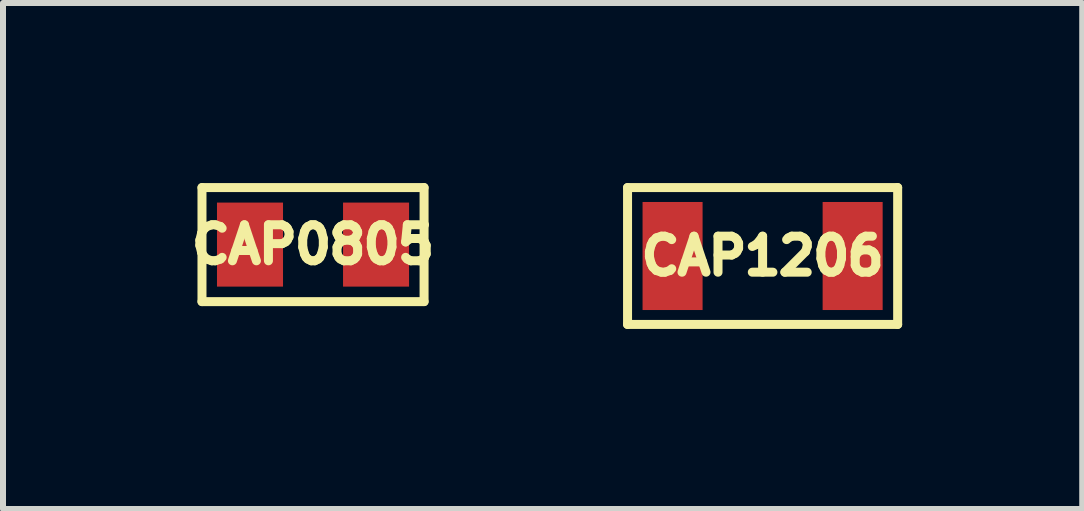
<source format=kicad_pcb>
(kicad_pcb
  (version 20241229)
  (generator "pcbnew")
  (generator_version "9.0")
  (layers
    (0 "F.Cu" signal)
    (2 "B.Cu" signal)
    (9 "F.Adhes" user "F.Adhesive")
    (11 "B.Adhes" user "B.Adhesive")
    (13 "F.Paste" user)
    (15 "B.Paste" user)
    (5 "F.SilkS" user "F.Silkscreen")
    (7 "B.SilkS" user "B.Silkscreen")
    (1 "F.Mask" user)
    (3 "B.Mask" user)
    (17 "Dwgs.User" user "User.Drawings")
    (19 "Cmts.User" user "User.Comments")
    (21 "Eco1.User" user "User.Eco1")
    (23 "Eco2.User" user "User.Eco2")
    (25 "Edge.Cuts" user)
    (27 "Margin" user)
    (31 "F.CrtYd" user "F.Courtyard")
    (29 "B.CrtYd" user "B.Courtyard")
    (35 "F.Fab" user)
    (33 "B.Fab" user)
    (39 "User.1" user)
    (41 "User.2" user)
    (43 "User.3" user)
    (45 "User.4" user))
  (footprint "CAP0805"
    (layer "F.Cu")
    (at 2.165 1.025)
    (property "Reference" "CAP0805" (at 0 0 180) (layer "F.SilkS") (effects (font (size 0.6 0.6) (thickness 0.15))))
    (attr smd)
    (fp_line (start -1.85 -0.95) (end 1.85 -0.95) (stroke (width 0.15) (type solid)) (layer "F.SilkS"))
    (fp_line (start -1.85 0.95) (end -1.85 -0.95) (stroke (width 0.15) (type solid)) (layer "F.SilkS"))
    (fp_line (start 1.85 -0.95) (end 1.85 0.95) (stroke (width 0.15) (type solid)) (layer "F.SilkS"))
    (fp_line (start 1.85 0.95) (end -1.85 0.95) (stroke (width 0.15) (type solid)) (layer "F.SilkS"))
    (pad "1" smd rect (at -1.05 0) (size 1.1 1.4) (layers "F.Cu" "F.Mask" "F.Paste"))
    (pad "2" smd rect (at 1.05 0) (size 1.1 1.4) (layers "F.Cu" "F.Mask" "F.Paste")))
  (footprint "CAP1206"
    (layer "F.Cu")
    (at 9.655 1.215)
    (property "Reference" "CAP1206" (at 0 0 180) (layer "F.SilkS") (effects (font (size 0.6 0.6) (thickness 0.15))))
    (attr smd)
    (fp_line (start -2.25 -1.14) (end -2.25 1.14) (stroke (width 0.15) (type solid)) (layer "F.SilkS"))
    (fp_line (start -2.25 -1.14) (end 2.25 -1.14) (stroke (width 0.15) (type solid)) (layer "F.SilkS"))
    (fp_line (start 2.25 -1.14) (end 2.25 1.14) (stroke (width 0.15) (type solid)) (layer "F.SilkS"))
    (fp_line (start 2.25 1.14) (end -2.25 1.14) (stroke (width 0.15) (type solid)) (layer "F.SilkS"))
    (pad "1" smd rect (at -1.5 0) (size 1 1.8) (layers "F.Cu" "F.Mask" "F.Paste"))
    (pad "2" smd rect (at 1.5 0) (size 1 1.8) (layers "F.Cu" "F.Mask" "F.Paste")))
  (gr_rect
    (start -3 -3)
    (end 14.98 5.43)
    (stroke (width 0.1) (type default))
    (fill no)
    (layer "Edge.Cuts")))
</source>
